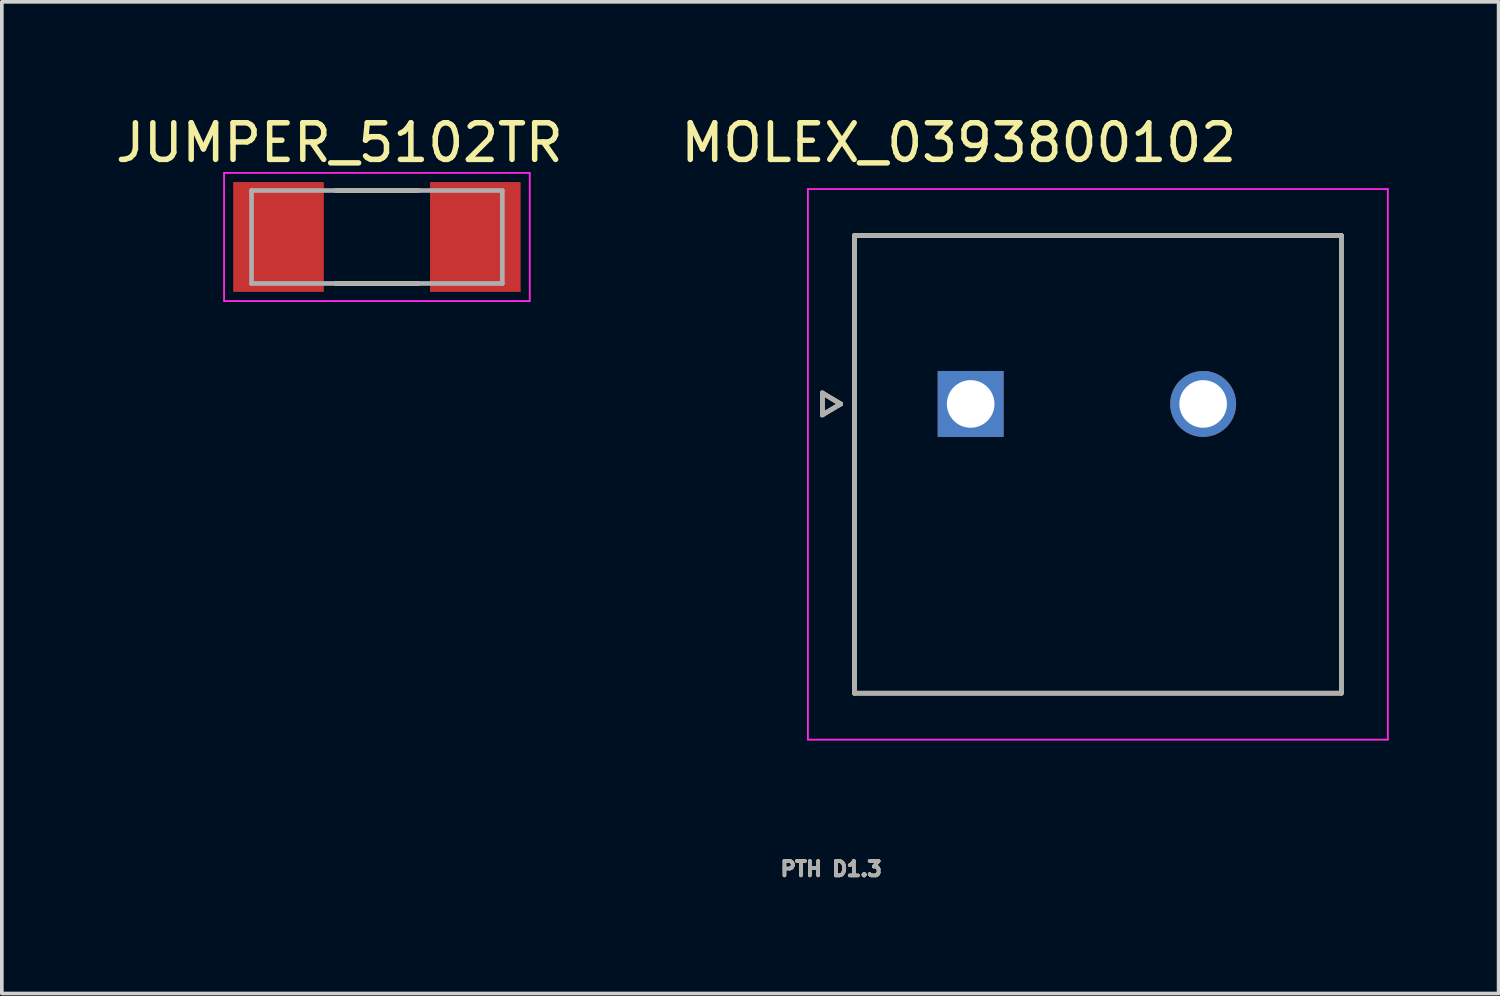
<source format=kicad_pcb>
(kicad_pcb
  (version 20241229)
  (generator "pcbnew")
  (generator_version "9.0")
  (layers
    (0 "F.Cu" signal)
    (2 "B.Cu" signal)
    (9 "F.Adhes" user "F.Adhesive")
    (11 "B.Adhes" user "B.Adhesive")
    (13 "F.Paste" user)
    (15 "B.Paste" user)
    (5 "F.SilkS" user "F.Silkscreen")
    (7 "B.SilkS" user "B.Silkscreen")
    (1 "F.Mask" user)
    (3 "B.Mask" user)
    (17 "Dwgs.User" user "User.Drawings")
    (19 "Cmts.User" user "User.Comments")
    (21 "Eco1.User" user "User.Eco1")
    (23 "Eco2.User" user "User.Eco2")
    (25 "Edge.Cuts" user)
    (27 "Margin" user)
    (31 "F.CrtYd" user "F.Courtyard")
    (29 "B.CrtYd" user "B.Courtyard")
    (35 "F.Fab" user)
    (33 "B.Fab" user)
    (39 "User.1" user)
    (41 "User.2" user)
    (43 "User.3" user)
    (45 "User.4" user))
  (footprint "MOLEX_0393800102"
    (layer "F.Cu")
    (at 23.462 7.983)
    (property "Reference" "MOLEX_0393800102" (at -0.325 -7.135 0) (layer "F.SilkS") (effects (font (size 1 1) (thickness 0.15))))
    (attr through_hole)
    (fp_circle (center 6.35 0) (end 6.838 0) (stroke (width 0.976) (type solid)) (fill no) (layer "F.Mask"))
    (fp_poly (pts (xy -0.976 -0.976) (xy 0.976 -0.976) (xy 0.976 0.976) (xy -0.976 0.976)) (stroke (width 0.01) (type solid)) (fill yes) (layer "F.Mask"))
    (fp_circle (center 6.35 0) (end 6.838 0) (stroke (width 0.976) (type solid)) (fill no) (layer "B.Mask"))
    (fp_poly (pts (xy -0.976 -0.976) (xy 0.976 -0.976) (xy 0.976 0.976) (xy -0.976 0.976)) (stroke (width 0.01) (type solid)) (fill yes) (layer "B.Mask"))
    (fp_line (start -4.051 -0.3) (end -3.551 0) (stroke (width 0.127) (type solid)) (layer "F.SilkS"))
    (fp_line (start -4.051 0.3) (end -4.051 -0.3) (stroke (width 0.127) (type solid)) (layer "F.SilkS"))
    (fp_line (start -3.551 0) (end -4.051 0.3) (stroke (width 0.127) (type solid)) (layer "F.SilkS"))
    (fp_line (start -3.175 -4.6) (end 10.125 -4.6) (stroke (width 0.127) (type solid)) (layer "F.SilkS"))
    (fp_line (start -3.175 7.9) (end -3.175 -4.6) (stroke (width 0.127) (type solid)) (layer "F.SilkS"))
    (fp_line (start 10.125 -4.6) (end 10.125 7.9) (stroke (width 0.127) (type solid)) (layer "F.SilkS"))
    (fp_line (start 10.125 7.9) (end -3.175 7.9) (stroke (width 0.127) (type solid)) (layer "F.SilkS"))
    (fp_line (start -4.445 -5.87) (end -4.445 9.17) (stroke (width 0.05) (type solid)) (layer "F.CrtYd"))
    (fp_line (start -4.445 9.17) (end 11.395 9.17) (stroke (width 0.05) (type solid)) (layer "F.CrtYd"))
    (fp_line (start 11.395 -5.87) (end -4.445 -5.87) (stroke (width 0.05) (type solid)) (layer "F.CrtYd"))
    (fp_line (start 11.395 9.17) (end 11.395 -5.87) (stroke (width 0.05) (type solid)) (layer "F.CrtYd"))
    (fp_line (start -4.051 -0.3) (end -3.551 0) (stroke (width 0.127) (type solid)) (layer "F.Fab"))
    (fp_line (start -4.051 0.3) (end -4.051 -0.3) (stroke (width 0.127) (type solid)) (layer "F.Fab"))
    (fp_line (start -3.551 0) (end -4.051 0.3) (stroke (width 0.127) (type solid)) (layer "F.Fab"))
    (fp_line (start -3.175 -4.6) (end 10.125 -4.6) (stroke (width 0.127) (type solid)) (layer "F.Fab"))
    (fp_line (start -3.175 7.9) (end -3.175 -4.6) (stroke (width 0.127) (type solid)) (layer "F.Fab"))
    (fp_line (start 10.125 -4.6) (end 10.125 7.9) (stroke (width 0.127) (type solid)) (layer "F.Fab"))
    (fp_line (start 10.125 7.9) (end -3.175 7.9) (stroke (width 0.127) (type solid)) (layer "F.Fab"))
    (fp_text user "PTH D1.3" (at -3.81 12.7 0) (layer "F.SilkS") (effects (font (size 0.394 0.394) (thickness 0.15))))
    (fp_text user "PTH D1.3" (at -3.81 12.7 0) (layer "F.Fab") (effects (font (size 0.394 0.394) (thickness 0.15))))
    (pad "1" thru_hole rect (at 0 0) (size 1.8 1.8) (drill 1.3) (layers "*.Cu"))
    (pad "2" thru_hole circle (at 6.35 0) (size 1.8 1.8) (drill 1.3) (layers "*.Cu")))
  (footprint "JUMPER_5102TR"
    (layer "F.Cu")
    (at 7.245 3.423)
    (property "Reference" "JUMPER_5102TR" (at -1.025 -2.575 0) (layer "F.SilkS") (effects (font (size 1 1) (thickness 0.15))))
    (attr through_hole)
    (fp_line (start -1.13 -1.27) (end 1.13 -1.27) (stroke (width 0.127) (type solid)) (layer "F.SilkS"))
    (fp_line (start -1.13 1.27) (end 1.13 1.27) (stroke (width 0.127) (type solid)) (layer "F.SilkS"))
    (fp_line (start -4.175 -1.75) (end 4.175 -1.75) (stroke (width 0.05) (type solid)) (layer "F.CrtYd"))
    (fp_line (start -4.175 1.75) (end -4.175 -1.75) (stroke (width 0.05) (type solid)) (layer "F.CrtYd"))
    (fp_line (start 4.175 -1.75) (end 4.175 1.75) (stroke (width 0.05) (type solid)) (layer "F.CrtYd"))
    (fp_line (start 4.175 1.75) (end -4.175 1.75) (stroke (width 0.05) (type solid)) (layer "F.CrtYd"))
    (fp_line (start -3.425 -1.27) (end 3.425 -1.27) (stroke (width 0.127) (type solid)) (layer "F.Fab"))
    (fp_line (start -3.425 1.27) (end -3.425 -1.27) (stroke (width 0.127) (type solid)) (layer "F.Fab"))
    (fp_line (start 3.425 -1.27) (end 3.425 1.27) (stroke (width 0.127) (type solid)) (layer "F.Fab"))
    (fp_line (start 3.425 1.27) (end -3.425 1.27) (stroke (width 0.127) (type solid)) (layer "F.Fab"))
    (pad "1" smd rect (at -2.688 0) (size 2.475 3) (layers "F.Cu" "F.Mask" "F.Paste"))
    (pad "2" smd rect (at 2.688 0) (size 2.475 3) (layers "F.Cu" "F.Mask" "F.Paste")))
  (gr_rect
    (start -3 -3)
    (end 37.882 24.086)
    (stroke (width 0.1) (type default))
    (fill no)
    (layer "Edge.Cuts")))
</source>
